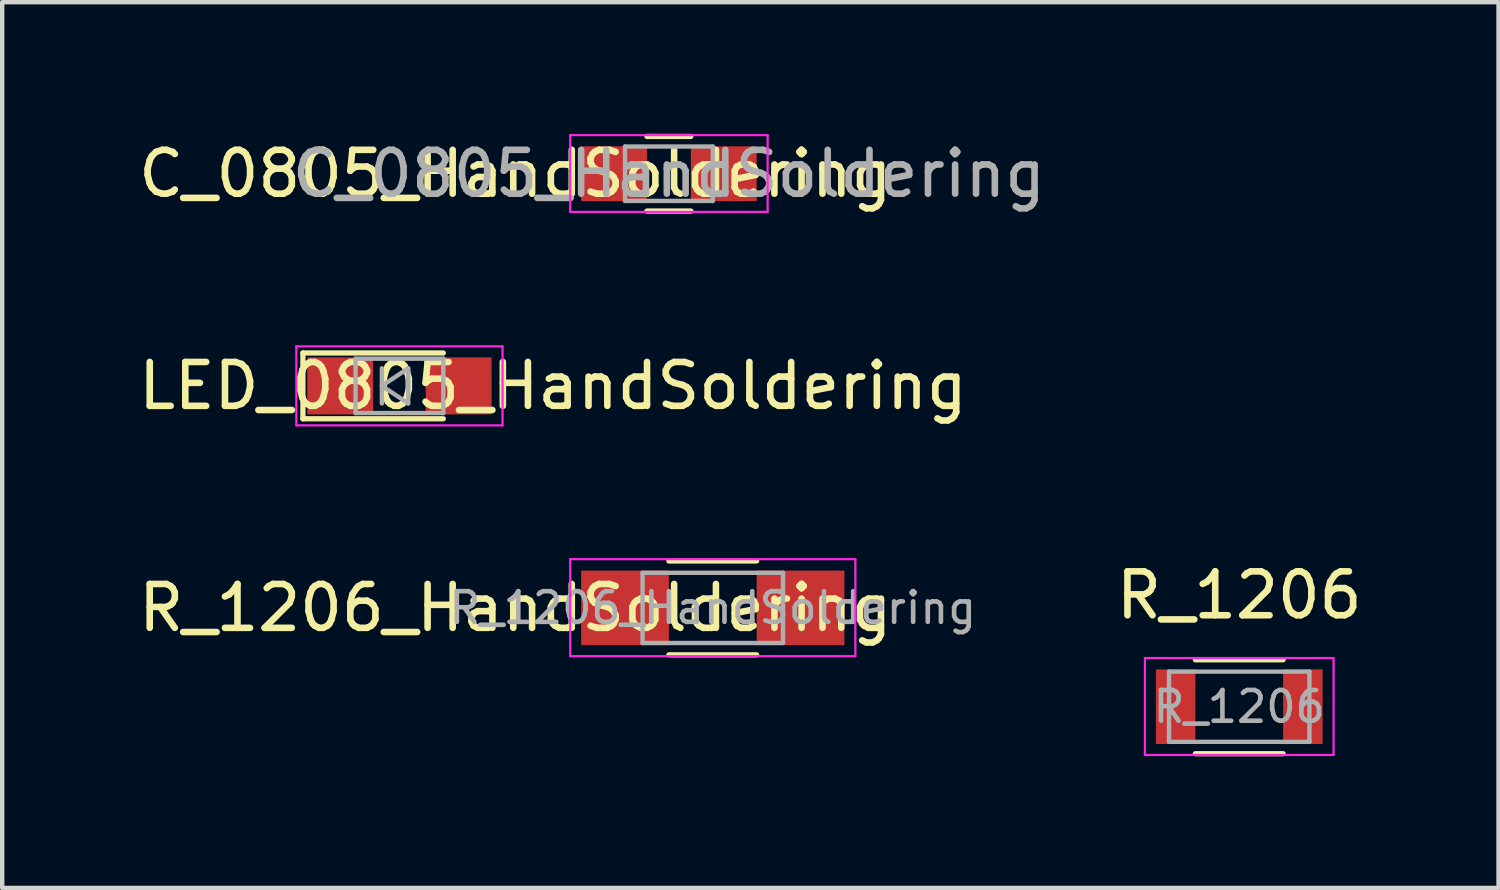
<source format=kicad_pcb>
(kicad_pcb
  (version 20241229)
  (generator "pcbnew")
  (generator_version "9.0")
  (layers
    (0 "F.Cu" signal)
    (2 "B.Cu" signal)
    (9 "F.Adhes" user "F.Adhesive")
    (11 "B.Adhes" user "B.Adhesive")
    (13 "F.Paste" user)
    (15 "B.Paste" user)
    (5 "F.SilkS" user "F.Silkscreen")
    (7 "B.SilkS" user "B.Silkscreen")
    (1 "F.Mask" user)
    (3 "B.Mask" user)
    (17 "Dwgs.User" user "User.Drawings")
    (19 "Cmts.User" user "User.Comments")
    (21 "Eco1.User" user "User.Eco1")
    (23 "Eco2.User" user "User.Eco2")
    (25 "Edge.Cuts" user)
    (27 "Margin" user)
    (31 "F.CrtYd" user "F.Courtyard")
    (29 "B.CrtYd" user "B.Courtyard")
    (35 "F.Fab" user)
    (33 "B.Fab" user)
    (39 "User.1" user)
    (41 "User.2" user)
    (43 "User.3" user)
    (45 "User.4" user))
  (footprint "R_1206_HandSoldering"
    (layer "F.Cu")
    (at 13.196 10.805)
    (property "Reference" "R_1206_HandSoldering" (at -4.5 0 0) (layer "F.SilkS") (effects (font (size 1 1) (thickness 0.15))))
    (attr smd)
    (fp_line (start -1 -1.07) (end 1 -1.07) (stroke (width 0.12) (type solid)) (layer "F.SilkS"))
    (fp_line (start 1 1.07) (end -1 1.07) (stroke (width 0.12) (type solid)) (layer "F.SilkS"))
    (fp_line (start -3.25 -1.11) (end -3.25 1.1) (stroke (width 0.05) (type solid)) (layer "F.CrtYd"))
    (fp_line (start -3.25 -1.11) (end 3.25 -1.11) (stroke (width 0.05) (type solid)) (layer "F.CrtYd"))
    (fp_line (start 3.25 1.1) (end -3.25 1.1) (stroke (width 0.05) (type solid)) (layer "F.CrtYd"))
    (fp_line (start 3.25 1.1) (end 3.25 -1.11) (stroke (width 0.05) (type solid)) (layer "F.CrtYd"))
    (fp_line (start -1.6 -0.8) (end 1.6 -0.8) (stroke (width 0.1) (type solid)) (layer "F.Fab"))
    (fp_line (start -1.6 0.8) (end -1.6 -0.8) (stroke (width 0.1) (type solid)) (layer "F.Fab"))
    (fp_line (start 1.6 -0.8) (end 1.6 0.8) (stroke (width 0.1) (type solid)) (layer "F.Fab"))
    (fp_line (start 1.6 0.8) (end -1.6 0.8) (stroke (width 0.1) (type solid)) (layer "F.Fab"))
    (fp_text user "${REFERENCE}" (at 0 0 0) (layer "F.Fab") (effects (font (size 0.7 0.7) (thickness 0.105))))
    (pad "1" smd rect (at -2 0) (size 2 1.7) (layers "F.Cu" "F.Mask" "F.Paste"))
    (pad "2" smd rect (at 2 0) (size 2 1.7) (layers "F.Cu" "F.Mask" "F.Paste")))
  (footprint "C_0805_HandSoldering"
    (layer "F.Cu")
    (at 12.196 0.91)
    (property "Reference" "C_0805_HandSoldering" (at -3.5 0 0) (layer "F.SilkS") (effects (font (size 1 1) (thickness 0.15))))
    (attr smd)
    (fp_line (start -0.5 0.85) (end 0.5 0.85) (stroke (width 0.12) (type solid)) (layer "F.SilkS"))
    (fp_line (start 0.5 -0.85) (end -0.5 -0.85) (stroke (width 0.12) (type solid)) (layer "F.SilkS"))
    (fp_line (start -2.25 -0.88) (end -2.25 0.87) (stroke (width 0.05) (type solid)) (layer "F.CrtYd"))
    (fp_line (start -2.25 -0.88) (end 2.25 -0.88) (stroke (width 0.05) (type solid)) (layer "F.CrtYd"))
    (fp_line (start 2.25 0.87) (end -2.25 0.87) (stroke (width 0.05) (type solid)) (layer "F.CrtYd"))
    (fp_line (start 2.25 0.87) (end 2.25 -0.88) (stroke (width 0.05) (type solid)) (layer "F.CrtYd"))
    (fp_line (start -1 -0.62) (end 1 -0.62) (stroke (width 0.1) (type solid)) (layer "F.Fab"))
    (fp_line (start -1 0.62) (end -1 -0.62) (stroke (width 0.1) (type solid)) (layer "F.Fab"))
    (fp_line (start 1 -0.62) (end 1 0.62) (stroke (width 0.1) (type solid)) (layer "F.Fab"))
    (fp_line (start 1 0.62) (end -1 0.62) (stroke (width 0.1) (type solid)) (layer "F.Fab"))
    (fp_text user "${REFERENCE}" (at 0 0 0) (layer "F.Fab") (effects (font (size 1 1) (thickness 0.15))))
    (pad "1" smd rect (at -1.25 0) (size 1.5 1.25) (layers "F.Cu" "F.Mask" "F.Paste"))
    (pad "2" smd rect (at 1.25 0) (size 1.5 1.25) (layers "F.Cu" "F.Mask" "F.Paste")))
  (footprint "LED_0805_HandSoldering"
    (layer "F.Cu")
    (at 6.054 5.745)
    (property "Reference" "LED_0805_HandSoldering" (at 3.5 0 0) (layer "F.SilkS") (effects (font (size 1 1) (thickness 0.15))))
    (attr smd)
    (fp_line (start -2.2 -0.75) (end -2.2 0.75) (stroke (width 0.12) (type solid)) (layer "F.SilkS"))
    (fp_line (start -2.2 -0.75) (end 1 -0.75) (stroke (width 0.12) (type solid)) (layer "F.SilkS"))
    (fp_line (start 1 0.75) (end -2.2 0.75) (stroke (width 0.12) (type solid)) (layer "F.SilkS"))
    (fp_line (start -2.35 -0.9) (end -2.35 0.9) (stroke (width 0.05) (type solid)) (layer "F.CrtYd"))
    (fp_line (start -2.35 -0.9) (end 2.35 -0.9) (stroke (width 0.05) (type solid)) (layer "F.CrtYd"))
    (fp_line (start 2.35 0.9) (end -2.35 0.9) (stroke (width 0.05) (type solid)) (layer "F.CrtYd"))
    (fp_line (start 2.35 0.9) (end 2.35 -0.9) (stroke (width 0.05) (type solid)) (layer "F.CrtYd"))
    (fp_line (start -1 -0.62) (end 1 -0.62) (stroke (width 0.1) (type solid)) (layer "F.Fab"))
    (fp_line (start -1 0.62) (end -1 -0.62) (stroke (width 0.1) (type solid)) (layer "F.Fab"))
    (fp_line (start -0.4 -0.4) (end -0.4 0.4) (stroke (width 0.1) (type solid)) (layer "F.Fab"))
    (fp_line (start -0.4 0) (end 0.2 -0.4) (stroke (width 0.1) (type solid)) (layer "F.Fab"))
    (fp_line (start 0.2 -0.4) (end 0.2 0.4) (stroke (width 0.1) (type solid)) (layer "F.Fab"))
    (fp_line (start 0.2 0.4) (end -0.4 0) (stroke (width 0.1) (type solid)) (layer "F.Fab"))
    (fp_line (start 1 -0.62) (end 1 0.62) (stroke (width 0.1) (type solid)) (layer "F.Fab"))
    (fp_line (start 1 0.62) (end -1 0.62) (stroke (width 0.1) (type solid)) (layer "F.Fab"))
    (pad "1" smd rect (at -1.35 0) (size 1.5 1.3) (layers "F.Cu" "F.Mask" "F.Paste"))
    (pad "2" smd rect (at 1.35 0) (size 1.5 1.3) (layers "F.Cu" "F.Mask" "F.Paste")))
  (footprint "R_1206"
    (layer "F.Cu")
    (at 25.195 13.058)
    (property "Reference" "R_1206" (at 0 -2.54 0) (layer "F.SilkS") (effects (font (size 1 1) (thickness 0.15))))
    (attr smd)
    (fp_line (start -1 -1.07) (end 1 -1.07) (stroke (width 0.12) (type solid)) (layer "F.SilkS"))
    (fp_line (start 1 1.07) (end -1 1.07) (stroke (width 0.12) (type solid)) (layer "F.SilkS"))
    (fp_line (start -2.15 -1.11) (end -2.15 1.1) (stroke (width 0.05) (type solid)) (layer "F.CrtYd"))
    (fp_line (start -2.15 -1.11) (end 2.15 -1.11) (stroke (width 0.05) (type solid)) (layer "F.CrtYd"))
    (fp_line (start 2.15 1.1) (end -2.15 1.1) (stroke (width 0.05) (type solid)) (layer "F.CrtYd"))
    (fp_line (start 2.15 1.1) (end 2.15 -1.11) (stroke (width 0.05) (type solid)) (layer "F.CrtYd"))
    (fp_line (start -1.6 -0.8) (end 1.6 -0.8) (stroke (width 0.1) (type solid)) (layer "F.Fab"))
    (fp_line (start -1.6 0.8) (end -1.6 -0.8) (stroke (width 0.1) (type solid)) (layer "F.Fab"))
    (fp_line (start 1.6 -0.8) (end 1.6 0.8) (stroke (width 0.1) (type solid)) (layer "F.Fab"))
    (fp_line (start 1.6 0.8) (end -1.6 0.8) (stroke (width 0.1) (type solid)) (layer "F.Fab"))
    (fp_text user "${REFERENCE}" (at 0 0 0) (layer "F.Fab") (effects (font (size 0.7 0.7) (thickness 0.105))))
    (pad "1" smd rect (at -1.45 0) (size 0.9 1.7) (layers "F.Cu" "F.Mask" "F.Paste"))
    (pad "2" smd rect (at 1.45 0) (size 0.9 1.7) (layers "F.Cu" "F.Mask" "F.Paste")))
  (gr_rect
    (start -3 -3)
    (end 31.105 17.188)
    (stroke (width 0.1) (type default))
    (fill no)
    (layer "Edge.Cuts")))
</source>
